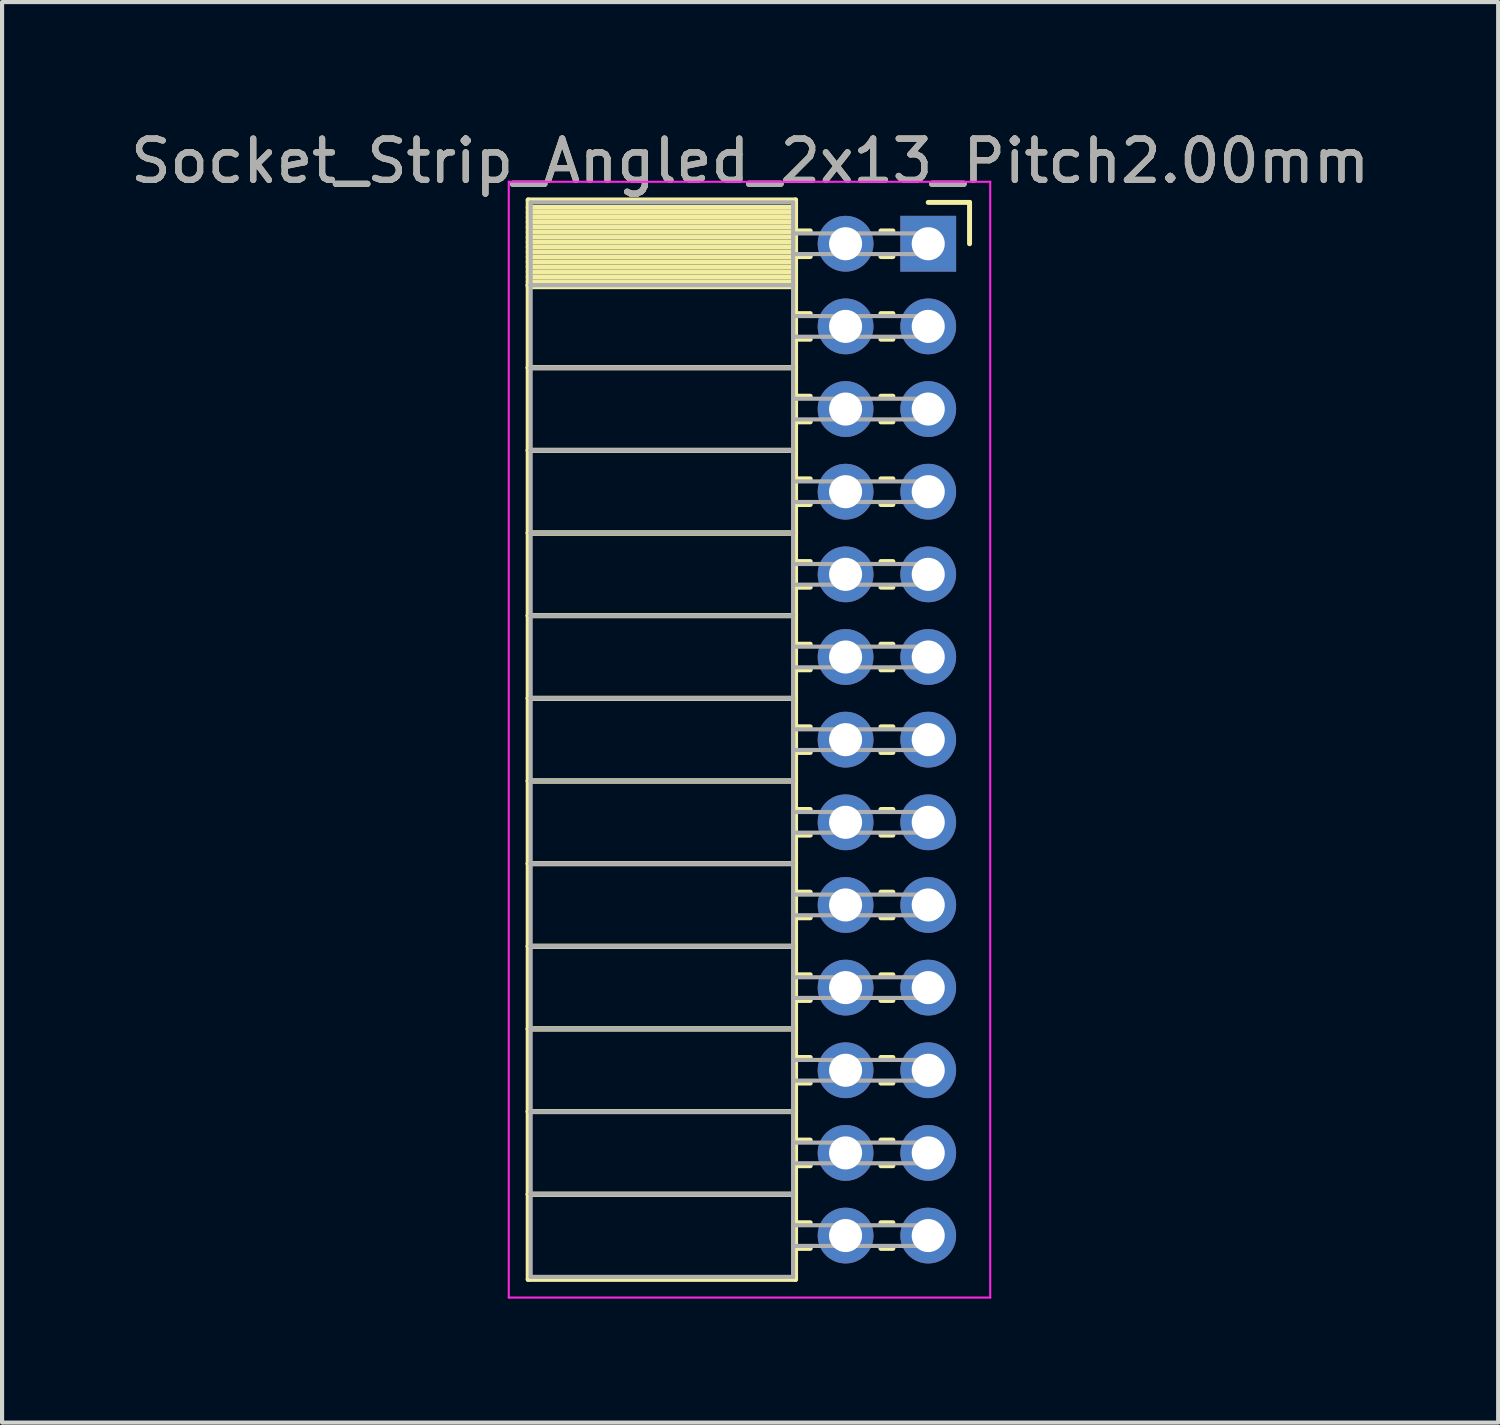
<source format=kicad_pcb>
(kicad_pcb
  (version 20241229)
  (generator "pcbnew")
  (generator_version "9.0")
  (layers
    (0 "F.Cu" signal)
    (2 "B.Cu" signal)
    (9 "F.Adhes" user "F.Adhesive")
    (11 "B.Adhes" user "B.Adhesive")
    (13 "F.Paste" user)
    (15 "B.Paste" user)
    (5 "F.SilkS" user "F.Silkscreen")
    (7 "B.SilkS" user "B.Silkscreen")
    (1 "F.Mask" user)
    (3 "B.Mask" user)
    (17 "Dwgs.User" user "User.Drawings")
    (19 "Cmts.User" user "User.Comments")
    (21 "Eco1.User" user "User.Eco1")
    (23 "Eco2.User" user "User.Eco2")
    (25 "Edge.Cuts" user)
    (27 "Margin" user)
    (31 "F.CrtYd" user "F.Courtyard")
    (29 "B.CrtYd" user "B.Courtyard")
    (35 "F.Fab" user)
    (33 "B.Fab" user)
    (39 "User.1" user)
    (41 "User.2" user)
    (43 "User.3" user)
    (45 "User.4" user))
  (footprint "Socket_Strip_Angled_2x13_Pitch2.00mm"
    (layer "F.Cu")
    (at 19.411 2.848)
    (property "Reference" "Socket_Strip_Angled_2x13_Pitch2.00mm" (at -4.31 -2 0) (layer "F.SilkS") (effects (font (size 1 1) (thickness 0.15))))
    (attr through_hole)
    (fp_line (start -9.68 -1.06) (end -3.21 -1.06) (stroke (width 0.12) (type solid)) (layer "F.SilkS"))
    (fp_line (start -9.68 1) (end -9.68 -1.06) (stroke (width 0.12) (type solid)) (layer "F.SilkS"))
    (fp_line (start -9.68 1) (end -3.21 1) (stroke (width 0.12) (type solid)) (layer "F.SilkS"))
    (fp_line (start -9.68 3) (end -9.68 1) (stroke (width 0.12) (type solid)) (layer "F.SilkS"))
    (fp_line (start -9.68 3) (end -3.21 3) (stroke (width 0.12) (type solid)) (layer "F.SilkS"))
    (fp_line (start -9.68 5) (end -9.68 3) (stroke (width 0.12) (type solid)) (layer "F.SilkS"))
    (fp_line (start -9.68 5) (end -3.21 5) (stroke (width 0.12) (type solid)) (layer "F.SilkS"))
    (fp_line (start -9.68 7) (end -9.68 5) (stroke (width 0.12) (type solid)) (layer "F.SilkS"))
    (fp_line (start -9.68 7) (end -3.21 7) (stroke (width 0.12) (type solid)) (layer "F.SilkS"))
    (fp_line (start -9.68 9) (end -9.68 7) (stroke (width 0.12) (type solid)) (layer "F.SilkS"))
    (fp_line (start -9.68 9) (end -3.21 9) (stroke (width 0.12) (type solid)) (layer "F.SilkS"))
    (fp_line (start -9.68 11) (end -9.68 9) (stroke (width 0.12) (type solid)) (layer "F.SilkS"))
    (fp_line (start -9.68 11) (end -3.21 11) (stroke (width 0.12) (type solid)) (layer "F.SilkS"))
    (fp_line (start -9.68 13) (end -9.68 11) (stroke (width 0.12) (type solid)) (layer "F.SilkS"))
    (fp_line (start -9.68 13) (end -3.21 13) (stroke (width 0.12) (type solid)) (layer "F.SilkS"))
    (fp_line (start -9.68 15) (end -9.68 13) (stroke (width 0.12) (type solid)) (layer "F.SilkS"))
    (fp_line (start -9.68 15) (end -3.21 15) (stroke (width 0.12) (type solid)) (layer "F.SilkS"))
    (fp_line (start -9.68 17) (end -9.68 15) (stroke (width 0.12) (type solid)) (layer "F.SilkS"))
    (fp_line (start -9.68 17) (end -3.21 17) (stroke (width 0.12) (type solid)) (layer "F.SilkS"))
    (fp_line (start -9.68 19) (end -9.68 17) (stroke (width 0.12) (type solid)) (layer "F.SilkS"))
    (fp_line (start -9.68 19) (end -3.21 19) (stroke (width 0.12) (type solid)) (layer "F.SilkS"))
    (fp_line (start -9.68 21) (end -9.68 19) (stroke (width 0.12) (type solid)) (layer "F.SilkS"))
    (fp_line (start -9.68 21) (end -3.21 21) (stroke (width 0.12) (type solid)) (layer "F.SilkS"))
    (fp_line (start -9.68 23) (end -9.68 21) (stroke (width 0.12) (type solid)) (layer "F.SilkS"))
    (fp_line (start -9.68 23) (end -3.21 23) (stroke (width 0.12) (type solid)) (layer "F.SilkS"))
    (fp_line (start -9.68 25.06) (end -9.68 23) (stroke (width 0.12) (type solid)) (layer "F.SilkS"))
    (fp_line (start -3.21 -1.06) (end -3.21 1) (stroke (width 0.12) (type solid)) (layer "F.SilkS"))
    (fp_line (start -3.21 -0.88) (end -9.68 -0.88) (stroke (width 0.12) (type solid)) (layer "F.SilkS"))
    (fp_line (start -3.21 -0.76) (end -9.68 -0.76) (stroke (width 0.12) (type solid)) (layer "F.SilkS"))
    (fp_line (start -3.21 -0.64) (end -9.68 -0.64) (stroke (width 0.12) (type solid)) (layer "F.SilkS"))
    (fp_line (start -3.21 -0.52) (end -9.68 -0.52) (stroke (width 0.12) (type solid)) (layer "F.SilkS"))
    (fp_line (start -3.21 -0.4) (end -9.68 -0.4) (stroke (width 0.12) (type solid)) (layer "F.SilkS"))
    (fp_line (start -3.21 -0.28) (end -9.68 -0.28) (stroke (width 0.12) (type solid)) (layer "F.SilkS"))
    (fp_line (start -3.21 -0.16) (end -9.68 -0.16) (stroke (width 0.12) (type solid)) (layer "F.SilkS"))
    (fp_line (start -3.21 -0.04) (end -9.68 -0.04) (stroke (width 0.12) (type solid)) (layer "F.SilkS"))
    (fp_line (start -3.21 0.08) (end -9.68 0.08) (stroke (width 0.12) (type solid)) (layer "F.SilkS"))
    (fp_line (start -3.21 0.2) (end -9.68 0.2) (stroke (width 0.12) (type solid)) (layer "F.SilkS"))
    (fp_line (start -3.21 0.32) (end -9.68 0.32) (stroke (width 0.12) (type solid)) (layer "F.SilkS"))
    (fp_line (start -3.21 0.44) (end -9.68 0.44) (stroke (width 0.12) (type solid)) (layer "F.SilkS"))
    (fp_line (start -3.21 0.56) (end -9.68 0.56) (stroke (width 0.12) (type solid)) (layer "F.SilkS"))
    (fp_line (start -3.21 0.68) (end -9.68 0.68) (stroke (width 0.12) (type solid)) (layer "F.SilkS"))
    (fp_line (start -3.21 0.8) (end -9.68 0.8) (stroke (width 0.12) (type solid)) (layer "F.SilkS"))
    (fp_line (start -3.21 0.92) (end -9.68 0.92) (stroke (width 0.12) (type solid)) (layer "F.SilkS"))
    (fp_line (start -3.21 1) (end -9.68 1) (stroke (width 0.12) (type solid)) (layer "F.SilkS"))
    (fp_line (start -3.21 1) (end -3.21 3) (stroke (width 0.12) (type solid)) (layer "F.SilkS"))
    (fp_line (start -3.21 1.04) (end -9.68 1.04) (stroke (width 0.12) (type solid)) (layer "F.SilkS"))
    (fp_line (start -3.21 3) (end -9.68 3) (stroke (width 0.12) (type solid)) (layer "F.SilkS"))
    (fp_line (start -3.21 3) (end -3.21 5) (stroke (width 0.12) (type solid)) (layer "F.SilkS"))
    (fp_line (start -3.21 5) (end -9.68 5) (stroke (width 0.12) (type solid)) (layer "F.SilkS"))
    (fp_line (start -3.21 5) (end -3.21 7) (stroke (width 0.12) (type solid)) (layer "F.SilkS"))
    (fp_line (start -3.21 7) (end -9.68 7) (stroke (width 0.12) (type solid)) (layer "F.SilkS"))
    (fp_line (start -3.21 7) (end -3.21 9) (stroke (width 0.12) (type solid)) (layer "F.SilkS"))
    (fp_line (start -3.21 9) (end -9.68 9) (stroke (width 0.12) (type solid)) (layer "F.SilkS"))
    (fp_line (start -3.21 9) (end -3.21 11) (stroke (width 0.12) (type solid)) (layer "F.SilkS"))
    (fp_line (start -3.21 11) (end -9.68 11) (stroke (width 0.12) (type solid)) (layer "F.SilkS"))
    (fp_line (start -3.21 11) (end -3.21 13) (stroke (width 0.12) (type solid)) (layer "F.SilkS"))
    (fp_line (start -3.21 13) (end -9.68 13) (stroke (width 0.12) (type solid)) (layer "F.SilkS"))
    (fp_line (start -3.21 13) (end -3.21 15) (stroke (width 0.12) (type solid)) (layer "F.SilkS"))
    (fp_line (start -3.21 15) (end -9.68 15) (stroke (width 0.12) (type solid)) (layer "F.SilkS"))
    (fp_line (start -3.21 15) (end -3.21 17) (stroke (width 0.12) (type solid)) (layer "F.SilkS"))
    (fp_line (start -3.21 17) (end -9.68 17) (stroke (width 0.12) (type solid)) (layer "F.SilkS"))
    (fp_line (start -3.21 17) (end -3.21 19) (stroke (width 0.12) (type solid)) (layer "F.SilkS"))
    (fp_line (start -3.21 19) (end -9.68 19) (stroke (width 0.12) (type solid)) (layer "F.SilkS"))
    (fp_line (start -3.21 19) (end -3.21 21) (stroke (width 0.12) (type solid)) (layer "F.SilkS"))
    (fp_line (start -3.21 21) (end -9.68 21) (stroke (width 0.12) (type solid)) (layer "F.SilkS"))
    (fp_line (start -3.21 21) (end -3.21 23) (stroke (width 0.12) (type solid)) (layer "F.SilkS"))
    (fp_line (start -3.21 23) (end -9.68 23) (stroke (width 0.12) (type solid)) (layer "F.SilkS"))
    (fp_line (start -3.21 23) (end -3.21 25.06) (stroke (width 0.12) (type solid)) (layer "F.SilkS"))
    (fp_line (start -3.21 25.06) (end -9.68 25.06) (stroke (width 0.12) (type solid)) (layer "F.SilkS"))
    (fp_line (start -2.855 -0.31) (end -3.21 -0.31) (stroke (width 0.12) (type solid)) (layer "F.SilkS"))
    (fp_line (start -2.855 0.31) (end -3.21 0.31) (stroke (width 0.12) (type solid)) (layer "F.SilkS"))
    (fp_line (start -2.855 1.69) (end -3.21 1.69) (stroke (width 0.12) (type solid)) (layer "F.SilkS"))
    (fp_line (start -2.855 2.31) (end -3.21 2.31) (stroke (width 0.12) (type solid)) (layer "F.SilkS"))
    (fp_line (start -2.855 3.69) (end -3.21 3.69) (stroke (width 0.12) (type solid)) (layer "F.SilkS"))
    (fp_line (start -2.855 4.31) (end -3.21 4.31) (stroke (width 0.12) (type solid)) (layer "F.SilkS"))
    (fp_line (start -2.855 5.69) (end -3.21 5.69) (stroke (width 0.12) (type solid)) (layer "F.SilkS"))
    (fp_line (start -2.855 6.31) (end -3.21 6.31) (stroke (width 0.12) (type solid)) (layer "F.SilkS"))
    (fp_line (start -2.855 7.69) (end -3.21 7.69) (stroke (width 0.12) (type solid)) (layer "F.SilkS"))
    (fp_line (start -2.855 8.31) (end -3.21 8.31) (stroke (width 0.12) (type solid)) (layer "F.SilkS"))
    (fp_line (start -2.855 9.69) (end -3.21 9.69) (stroke (width 0.12) (type solid)) (layer "F.SilkS"))
    (fp_line (start -2.855 10.31) (end -3.21 10.31) (stroke (width 0.12) (type solid)) (layer "F.SilkS"))
    (fp_line (start -2.855 11.69) (end -3.21 11.69) (stroke (width 0.12) (type solid)) (layer "F.SilkS"))
    (fp_line (start -2.855 12.31) (end -3.21 12.31) (stroke (width 0.12) (type solid)) (layer "F.SilkS"))
    (fp_line (start -2.855 13.69) (end -3.21 13.69) (stroke (width 0.12) (type solid)) (layer "F.SilkS"))
    (fp_line (start -2.855 14.31) (end -3.21 14.31) (stroke (width 0.12) (type solid)) (layer "F.SilkS"))
    (fp_line (start -2.855 15.69) (end -3.21 15.69) (stroke (width 0.12) (type solid)) (layer "F.SilkS"))
    (fp_line (start -2.855 16.31) (end -3.21 16.31) (stroke (width 0.12) (type solid)) (layer "F.SilkS"))
    (fp_line (start -2.855 17.69) (end -3.21 17.69) (stroke (width 0.12) (type solid)) (layer "F.SilkS"))
    (fp_line (start -2.855 18.31) (end -3.21 18.31) (stroke (width 0.12) (type solid)) (layer "F.SilkS"))
    (fp_line (start -2.855 19.69) (end -3.21 19.69) (stroke (width 0.12) (type solid)) (layer "F.SilkS"))
    (fp_line (start -2.855 20.31) (end -3.21 20.31) (stroke (width 0.12) (type solid)) (layer "F.SilkS"))
    (fp_line (start -2.855 21.69) (end -3.21 21.69) (stroke (width 0.12) (type solid)) (layer "F.SilkS"))
    (fp_line (start -2.855 22.31) (end -3.21 22.31) (stroke (width 0.12) (type solid)) (layer "F.SilkS"))
    (fp_line (start -2.855 23.69) (end -3.21 23.69) (stroke (width 0.12) (type solid)) (layer "F.SilkS"))
    (fp_line (start -2.855 24.31) (end -3.21 24.31) (stroke (width 0.12) (type solid)) (layer "F.SilkS"))
    (fp_line (start -0.855 -0.31) (end -1.145 -0.31) (stroke (width 0.12) (type solid)) (layer "F.SilkS"))
    (fp_line (start -0.855 0.31) (end -1.145 0.31) (stroke (width 0.12) (type solid)) (layer "F.SilkS"))
    (fp_line (start -0.855 1.69) (end -1.145 1.69) (stroke (width 0.12) (type solid)) (layer "F.SilkS"))
    (fp_line (start -0.855 2.31) (end -1.145 2.31) (stroke (width 0.12) (type solid)) (layer "F.SilkS"))
    (fp_line (start -0.855 3.69) (end -1.145 3.69) (stroke (width 0.12) (type solid)) (layer "F.SilkS"))
    (fp_line (start -0.855 4.31) (end -1.145 4.31) (stroke (width 0.12) (type solid)) (layer "F.SilkS"))
    (fp_line (start -0.855 5.69) (end -1.145 5.69) (stroke (width 0.12) (type solid)) (layer "F.SilkS"))
    (fp_line (start -0.855 6.31) (end -1.145 6.31) (stroke (width 0.12) (type solid)) (layer "F.SilkS"))
    (fp_line (start -0.855 7.69) (end -1.145 7.69) (stroke (width 0.12) (type solid)) (layer "F.SilkS"))
    (fp_line (start -0.855 8.31) (end -1.145 8.31) (stroke (width 0.12) (type solid)) (layer "F.SilkS"))
    (fp_line (start -0.855 9.69) (end -1.145 9.69) (stroke (width 0.12) (type solid)) (layer "F.SilkS"))
    (fp_line (start -0.855 10.31) (end -1.145 10.31) (stroke (width 0.12) (type solid)) (layer "F.SilkS"))
    (fp_line (start -0.855 11.69) (end -1.145 11.69) (stroke (width 0.12) (type solid)) (layer "F.SilkS"))
    (fp_line (start -0.855 12.31) (end -1.145 12.31) (stroke (width 0.12) (type solid)) (layer "F.SilkS"))
    (fp_line (start -0.855 13.69) (end -1.145 13.69) (stroke (width 0.12) (type solid)) (layer "F.SilkS"))
    (fp_line (start -0.855 14.31) (end -1.145 14.31) (stroke (width 0.12) (type solid)) (layer "F.SilkS"))
    (fp_line (start -0.855 15.69) (end -1.145 15.69) (stroke (width 0.12) (type solid)) (layer "F.SilkS"))
    (fp_line (start -0.855 16.31) (end -1.145 16.31) (stroke (width 0.12) (type solid)) (layer "F.SilkS"))
    (fp_line (start -0.855 17.69) (end -1.145 17.69) (stroke (width 0.12) (type solid)) (layer "F.SilkS"))
    (fp_line (start -0.855 18.31) (end -1.145 18.31) (stroke (width 0.12) (type solid)) (layer "F.SilkS"))
    (fp_line (start -0.855 19.69) (end -1.145 19.69) (stroke (width 0.12) (type solid)) (layer "F.SilkS"))
    (fp_line (start -0.855 20.31) (end -1.145 20.31) (stroke (width 0.12) (type solid)) (layer "F.SilkS"))
    (fp_line (start -0.855 21.69) (end -1.145 21.69) (stroke (width 0.12) (type solid)) (layer "F.SilkS"))
    (fp_line (start -0.855 22.31) (end -1.145 22.31) (stroke (width 0.12) (type solid)) (layer "F.SilkS"))
    (fp_line (start -0.855 23.69) (end -1.145 23.69) (stroke (width 0.12) (type solid)) (layer "F.SilkS"))
    (fp_line (start -0.855 24.31) (end -1.145 24.31) (stroke (width 0.12) (type solid)) (layer "F.SilkS"))
    (fp_line (start 0 -1) (end 1 -1) (stroke (width 0.12) (type solid)) (layer "F.SilkS"))
    (fp_line (start 1 -1) (end 1 0) (stroke (width 0.12) (type solid)) (layer "F.SilkS"))
    (fp_line (start -10.15 -1.5) (end 1.5 -1.5) (stroke (width 0.05) (type solid)) (layer "F.CrtYd"))
    (fp_line (start -10.15 25.5) (end -10.15 -1.5) (stroke (width 0.05) (type solid)) (layer "F.CrtYd"))
    (fp_line (start 1.5 -1.5) (end 1.5 25.5) (stroke (width 0.05) (type solid)) (layer "F.CrtYd"))
    (fp_line (start 1.5 25.5) (end -10.15 25.5) (stroke (width 0.05) (type solid)) (layer "F.CrtYd"))
    (fp_line (start -9.62 -1) (end -3.27 -1) (stroke (width 0.1) (type solid)) (layer "F.Fab"))
    (fp_line (start -9.62 1) (end -9.62 -1) (stroke (width 0.1) (type solid)) (layer "F.Fab"))
    (fp_line (start -9.62 1) (end -3.27 1) (stroke (width 0.1) (type solid)) (layer "F.Fab"))
    (fp_line (start -9.62 3) (end -9.62 1) (stroke (width 0.1) (type solid)) (layer "F.Fab"))
    (fp_line (start -9.62 3) (end -3.27 3) (stroke (width 0.1) (type solid)) (layer "F.Fab"))
    (fp_line (start -9.62 5) (end -9.62 3) (stroke (width 0.1) (type solid)) (layer "F.Fab"))
    (fp_line (start -9.62 5) (end -3.27 5) (stroke (width 0.1) (type solid)) (layer "F.Fab"))
    (fp_line (start -9.62 7) (end -9.62 5) (stroke (width 0.1) (type solid)) (layer "F.Fab"))
    (fp_line (start -9.62 7) (end -3.27 7) (stroke (width 0.1) (type solid)) (layer "F.Fab"))
    (fp_line (start -9.62 9) (end -9.62 7) (stroke (width 0.1) (type solid)) (layer "F.Fab"))
    (fp_line (start -9.62 9) (end -3.27 9) (stroke (width 0.1) (type solid)) (layer "F.Fab"))
    (fp_line (start -9.62 11) (end -9.62 9) (stroke (width 0.1) (type solid)) (layer "F.Fab"))
    (fp_line (start -9.62 11) (end -3.27 11) (stroke (width 0.1) (type solid)) (layer "F.Fab"))
    (fp_line (start -9.62 13) (end -9.62 11) (stroke (width 0.1) (type solid)) (layer "F.Fab"))
    (fp_line (start -9.62 13) (end -3.27 13) (stroke (width 0.1) (type solid)) (layer "F.Fab"))
    (fp_line (start -9.62 15) (end -9.62 13) (stroke (width 0.1) (type solid)) (layer "F.Fab"))
    (fp_line (start -9.62 15) (end -3.27 15) (stroke (width 0.1) (type solid)) (layer "F.Fab"))
    (fp_line (start -9.62 17) (end -9.62 15) (stroke (width 0.1) (type solid)) (layer "F.Fab"))
    (fp_line (start -9.62 17) (end -3.27 17) (stroke (width 0.1) (type solid)) (layer "F.Fab"))
    (fp_line (start -9.62 19) (end -9.62 17) (stroke (width 0.1) (type solid)) (layer "F.Fab"))
    (fp_line (start -9.62 19) (end -3.27 19) (stroke (width 0.1) (type solid)) (layer "F.Fab"))
    (fp_line (start -9.62 21) (end -9.62 19) (stroke (width 0.1) (type solid)) (layer "F.Fab"))
    (fp_line (start -9.62 21) (end -3.27 21) (stroke (width 0.1) (type solid)) (layer "F.Fab"))
    (fp_line (start -9.62 23) (end -9.62 21) (stroke (width 0.1) (type solid)) (layer "F.Fab"))
    (fp_line (start -9.62 23) (end -3.27 23) (stroke (width 0.1) (type solid)) (layer "F.Fab"))
    (fp_line (start -9.62 25) (end -9.62 23) (stroke (width 0.1) (type solid)) (layer "F.Fab"))
    (fp_line (start -3.27 -1) (end -3.27 1) (stroke (width 0.1) (type solid)) (layer "F.Fab"))
    (fp_line (start -3.27 -0.25) (end 0 -0.25) (stroke (width 0.1) (type solid)) (layer "F.Fab"))
    (fp_line (start -3.27 0.25) (end -3.27 -0.25) (stroke (width 0.1) (type solid)) (layer "F.Fab"))
    (fp_line (start -3.27 1) (end -9.62 1) (stroke (width 0.1) (type solid)) (layer "F.Fab"))
    (fp_line (start -3.27 1) (end -3.27 3) (stroke (width 0.1) (type solid)) (layer "F.Fab"))
    (fp_line (start -3.27 1.75) (end 0 1.75) (stroke (width 0.1) (type solid)) (layer "F.Fab"))
    (fp_line (start -3.27 2.25) (end -3.27 1.75) (stroke (width 0.1) (type solid)) (layer "F.Fab"))
    (fp_line (start -3.27 3) (end -9.62 3) (stroke (width 0.1) (type solid)) (layer "F.Fab"))
    (fp_line (start -3.27 3) (end -3.27 5) (stroke (width 0.1) (type solid)) (layer "F.Fab"))
    (fp_line (start -3.27 3.75) (end 0 3.75) (stroke (width 0.1) (type solid)) (layer "F.Fab"))
    (fp_line (start -3.27 4.25) (end -3.27 3.75) (stroke (width 0.1) (type solid)) (layer "F.Fab"))
    (fp_line (start -3.27 5) (end -9.62 5) (stroke (width 0.1) (type solid)) (layer "F.Fab"))
    (fp_line (start -3.27 5) (end -3.27 7) (stroke (width 0.1) (type solid)) (layer "F.Fab"))
    (fp_line (start -3.27 5.75) (end 0 5.75) (stroke (width 0.1) (type solid)) (layer "F.Fab"))
    (fp_line (start -3.27 6.25) (end -3.27 5.75) (stroke (width 0.1) (type solid)) (layer "F.Fab"))
    (fp_line (start -3.27 7) (end -9.62 7) (stroke (width 0.1) (type solid)) (layer "F.Fab"))
    (fp_line (start -3.27 7) (end -3.27 9) (stroke (width 0.1) (type solid)) (layer "F.Fab"))
    (fp_line (start -3.27 7.75) (end 0 7.75) (stroke (width 0.1) (type solid)) (layer "F.Fab"))
    (fp_line (start -3.27 8.25) (end -3.27 7.75) (stroke (width 0.1) (type solid)) (layer "F.Fab"))
    (fp_line (start -3.27 9) (end -9.62 9) (stroke (width 0.1) (type solid)) (layer "F.Fab"))
    (fp_line (start -3.27 9) (end -3.27 11) (stroke (width 0.1) (type solid)) (layer "F.Fab"))
    (fp_line (start -3.27 9.75) (end 0 9.75) (stroke (width 0.1) (type solid)) (layer "F.Fab"))
    (fp_line (start -3.27 10.25) (end -3.27 9.75) (stroke (width 0.1) (type solid)) (layer "F.Fab"))
    (fp_line (start -3.27 11) (end -9.62 11) (stroke (width 0.1) (type solid)) (layer "F.Fab"))
    (fp_line (start -3.27 11) (end -3.27 13) (stroke (width 0.1) (type solid)) (layer "F.Fab"))
    (fp_line (start -3.27 11.75) (end 0 11.75) (stroke (width 0.1) (type solid)) (layer "F.Fab"))
    (fp_line (start -3.27 12.25) (end -3.27 11.75) (stroke (width 0.1) (type solid)) (layer "F.Fab"))
    (fp_line (start -3.27 13) (end -9.62 13) (stroke (width 0.1) (type solid)) (layer "F.Fab"))
    (fp_line (start -3.27 13) (end -3.27 15) (stroke (width 0.1) (type solid)) (layer "F.Fab"))
    (fp_line (start -3.27 13.75) (end 0 13.75) (stroke (width 0.1) (type solid)) (layer "F.Fab"))
    (fp_line (start -3.27 14.25) (end -3.27 13.75) (stroke (width 0.1) (type solid)) (layer "F.Fab"))
    (fp_line (start -3.27 15) (end -9.62 15) (stroke (width 0.1) (type solid)) (layer "F.Fab"))
    (fp_line (start -3.27 15) (end -3.27 17) (stroke (width 0.1) (type solid)) (layer "F.Fab"))
    (fp_line (start -3.27 15.75) (end 0 15.75) (stroke (width 0.1) (type solid)) (layer "F.Fab"))
    (fp_line (start -3.27 16.25) (end -3.27 15.75) (stroke (width 0.1) (type solid)) (layer "F.Fab"))
    (fp_line (start -3.27 17) (end -9.62 17) (stroke (width 0.1) (type solid)) (layer "F.Fab"))
    (fp_line (start -3.27 17) (end -3.27 19) (stroke (width 0.1) (type solid)) (layer "F.Fab"))
    (fp_line (start -3.27 17.75) (end 0 17.75) (stroke (width 0.1) (type solid)) (layer "F.Fab"))
    (fp_line (start -3.27 18.25) (end -3.27 17.75) (stroke (width 0.1) (type solid)) (layer "F.Fab"))
    (fp_line (start -3.27 19) (end -9.62 19) (stroke (width 0.1) (type solid)) (layer "F.Fab"))
    (fp_line (start -3.27 19) (end -3.27 21) (stroke (width 0.1) (type solid)) (layer "F.Fab"))
    (fp_line (start -3.27 19.75) (end 0 19.75) (stroke (width 0.1) (type solid)) (layer "F.Fab"))
    (fp_line (start -3.27 20.25) (end -3.27 19.75) (stroke (width 0.1) (type solid)) (layer "F.Fab"))
    (fp_line (start -3.27 21) (end -9.62 21) (stroke (width 0.1) (type solid)) (layer "F.Fab"))
    (fp_line (start -3.27 21) (end -3.27 23) (stroke (width 0.1) (type solid)) (layer "F.Fab"))
    (fp_line (start -3.27 21.75) (end 0 21.75) (stroke (width 0.1) (type solid)) (layer "F.Fab"))
    (fp_line (start -3.27 22.25) (end -3.27 21.75) (stroke (width 0.1) (type solid)) (layer "F.Fab"))
    (fp_line (start -3.27 23) (end -9.62 23) (stroke (width 0.1) (type solid)) (layer "F.Fab"))
    (fp_line (start -3.27 23) (end -3.27 25) (stroke (width 0.1) (type solid)) (layer "F.Fab"))
    (fp_line (start -3.27 23.75) (end 0 23.75) (stroke (width 0.1) (type solid)) (layer "F.Fab"))
    (fp_line (start -3.27 24.25) (end -3.27 23.75) (stroke (width 0.1) (type solid)) (layer "F.Fab"))
    (fp_line (start -3.27 25) (end -9.62 25) (stroke (width 0.1) (type solid)) (layer "F.Fab"))
    (fp_line (start 0 -0.25) (end 0 0.25) (stroke (width 0.1) (type solid)) (layer "F.Fab"))
    (fp_line (start 0 0.25) (end -3.27 0.25) (stroke (width 0.1) (type solid)) (layer "F.Fab"))
    (fp_line (start 0 1.75) (end 0 2.25) (stroke (width 0.1) (type solid)) (layer "F.Fab"))
    (fp_line (start 0 2.25) (end -3.27 2.25) (stroke (width 0.1) (type solid)) (layer "F.Fab"))
    (fp_line (start 0 3.75) (end 0 4.25) (stroke (width 0.1) (type solid)) (layer "F.Fab"))
    (fp_line (start 0 4.25) (end -3.27 4.25) (stroke (width 0.1) (type solid)) (layer "F.Fab"))
    (fp_line (start 0 5.75) (end 0 6.25) (stroke (width 0.1) (type solid)) (layer "F.Fab"))
    (fp_line (start 0 6.25) (end -3.27 6.25) (stroke (width 0.1) (type solid)) (layer "F.Fab"))
    (fp_line (start 0 7.75) (end 0 8.25) (stroke (width 0.1) (type solid)) (layer "F.Fab"))
    (fp_line (start 0 8.25) (end -3.27 8.25) (stroke (width 0.1) (type solid)) (layer "F.Fab"))
    (fp_line (start 0 9.75) (end 0 10.25) (stroke (width 0.1) (type solid)) (layer "F.Fab"))
    (fp_line (start 0 10.25) (end -3.27 10.25) (stroke (width 0.1) (type solid)) (layer "F.Fab"))
    (fp_line (start 0 11.75) (end 0 12.25) (stroke (width 0.1) (type solid)) (layer "F.Fab"))
    (fp_line (start 0 12.25) (end -3.27 12.25) (stroke (width 0.1) (type solid)) (layer "F.Fab"))
    (fp_line (start 0 13.75) (end 0 14.25) (stroke (width 0.1) (type solid)) (layer "F.Fab"))
    (fp_line (start 0 14.25) (end -3.27 14.25) (stroke (width 0.1) (type solid)) (layer "F.Fab"))
    (fp_line (start 0 15.75) (end 0 16.25) (stroke (width 0.1) (type solid)) (layer "F.Fab"))
    (fp_line (start 0 16.25) (end -3.27 16.25) (stroke (width 0.1) (type solid)) (layer "F.Fab"))
    (fp_line (start 0 17.75) (end 0 18.25) (stroke (width 0.1) (type solid)) (layer "F.Fab"))
    (fp_line (start 0 18.25) (end -3.27 18.25) (stroke (width 0.1) (type solid)) (layer "F.Fab"))
    (fp_line (start 0 19.75) (end 0 20.25) (stroke (width 0.1) (type solid)) (layer "F.Fab"))
    (fp_line (start 0 20.25) (end -3.27 20.25) (stroke (width 0.1) (type solid)) (layer "F.Fab"))
    (fp_line (start 0 21.75) (end 0 22.25) (stroke (width 0.1) (type solid)) (layer "F.Fab"))
    (fp_line (start 0 22.25) (end -3.27 22.25) (stroke (width 0.1) (type solid)) (layer "F.Fab"))
    (fp_line (start 0 23.75) (end 0 24.25) (stroke (width 0.1) (type solid)) (layer "F.Fab"))
    (fp_line (start 0 24.25) (end -3.27 24.25) (stroke (width 0.1) (type solid)) (layer "F.Fab"))
    (fp_text user "${REFERENCE}" (at -4.31 -2 0) (layer "F.Fab") (effects (font (size 1 1) (thickness 0.15))))
    (pad "1" thru_hole rect (at 0 0) (size 1.35 1.35) (drill 0.8) (layers "*.Cu" "*.Mask"))
    (pad "2" thru_hole oval (at -2 0) (size 1.35 1.35) (drill 0.8) (layers "*.Cu" "*.Mask"))
    (pad "3" thru_hole oval (at 0 2) (size 1.35 1.35) (drill 0.8) (layers "*.Cu" "*.Mask"))
    (pad "4" thru_hole oval (at -2 2) (size 1.35 1.35) (drill 0.8) (layers "*.Cu" "*.Mask"))
    (pad "5" thru_hole oval (at 0 4) (size 1.35 1.35) (drill 0.8) (layers "*.Cu" "*.Mask"))
    (pad "6" thru_hole oval (at -2 4) (size 1.35 1.35) (drill 0.8) (layers "*.Cu" "*.Mask"))
    (pad "7" thru_hole oval (at 0 6) (size 1.35 1.35) (drill 0.8) (layers "*.Cu" "*.Mask"))
    (pad "8" thru_hole oval (at -2 6) (size 1.35 1.35) (drill 0.8) (layers "*.Cu" "*.Mask"))
    (pad "9" thru_hole oval (at 0 8) (size 1.35 1.35) (drill 0.8) (layers "*.Cu" "*.Mask"))
    (pad "10" thru_hole oval (at -2 8) (size 1.35 1.35) (drill 0.8) (layers "*.Cu" "*.Mask"))
    (pad "11" thru_hole oval (at 0 10) (size 1.35 1.35) (drill 0.8) (layers "*.Cu" "*.Mask"))
    (pad "12" thru_hole oval (at -2 10) (size 1.35 1.35) (drill 0.8) (layers "*.Cu" "*.Mask"))
    (pad "13" thru_hole oval (at 0 12) (size 1.35 1.35) (drill 0.8) (layers "*.Cu" "*.Mask"))
    (pad "14" thru_hole oval (at -2 12) (size 1.35 1.35) (drill 0.8) (layers "*.Cu" "*.Mask"))
    (pad "15" thru_hole oval (at 0 14) (size 1.35 1.35) (drill 0.8) (layers "*.Cu" "*.Mask"))
    (pad "16" thru_hole oval (at -2 14) (size 1.35 1.35) (drill 0.8) (layers "*.Cu" "*.Mask"))
    (pad "17" thru_hole oval (at 0 16) (size 1.35 1.35) (drill 0.8) (layers "*.Cu" "*.Mask"))
    (pad "18" thru_hole oval (at -2 16) (size 1.35 1.35) (drill 0.8) (layers "*.Cu" "*.Mask"))
    (pad "19" thru_hole oval (at 0 18) (size 1.35 1.35) (drill 0.8) (layers "*.Cu" "*.Mask"))
    (pad "20" thru_hole oval (at -2 18) (size 1.35 1.35) (drill 0.8) (layers "*.Cu" "*.Mask"))
    (pad "21" thru_hole oval (at 0 20) (size 1.35 1.35) (drill 0.8) (layers "*.Cu" "*.Mask"))
    (pad "22" thru_hole oval (at -2 20) (size 1.35 1.35) (drill 0.8) (layers "*.Cu" "*.Mask"))
    (pad "23" thru_hole oval (at 0 22) (size 1.35 1.35) (drill 0.8) (layers "*.Cu" "*.Mask"))
    (pad "24" thru_hole oval (at -2 22) (size 1.35 1.35) (drill 0.8) (layers "*.Cu" "*.Mask"))
    (pad "25" thru_hole oval (at 0 24) (size 1.35 1.35) (drill 0.8) (layers "*.Cu" "*.Mask"))
    (pad "26" thru_hole oval (at -2 24) (size 1.35 1.35) (drill 0.8) (layers "*.Cu" "*.Mask")))
  (gr_rect
    (start -3 -3)
    (end 33.202 31.373)
    (stroke (width 0.1) (type default))
    (fill no)
    (layer "Edge.Cuts")))
</source>
